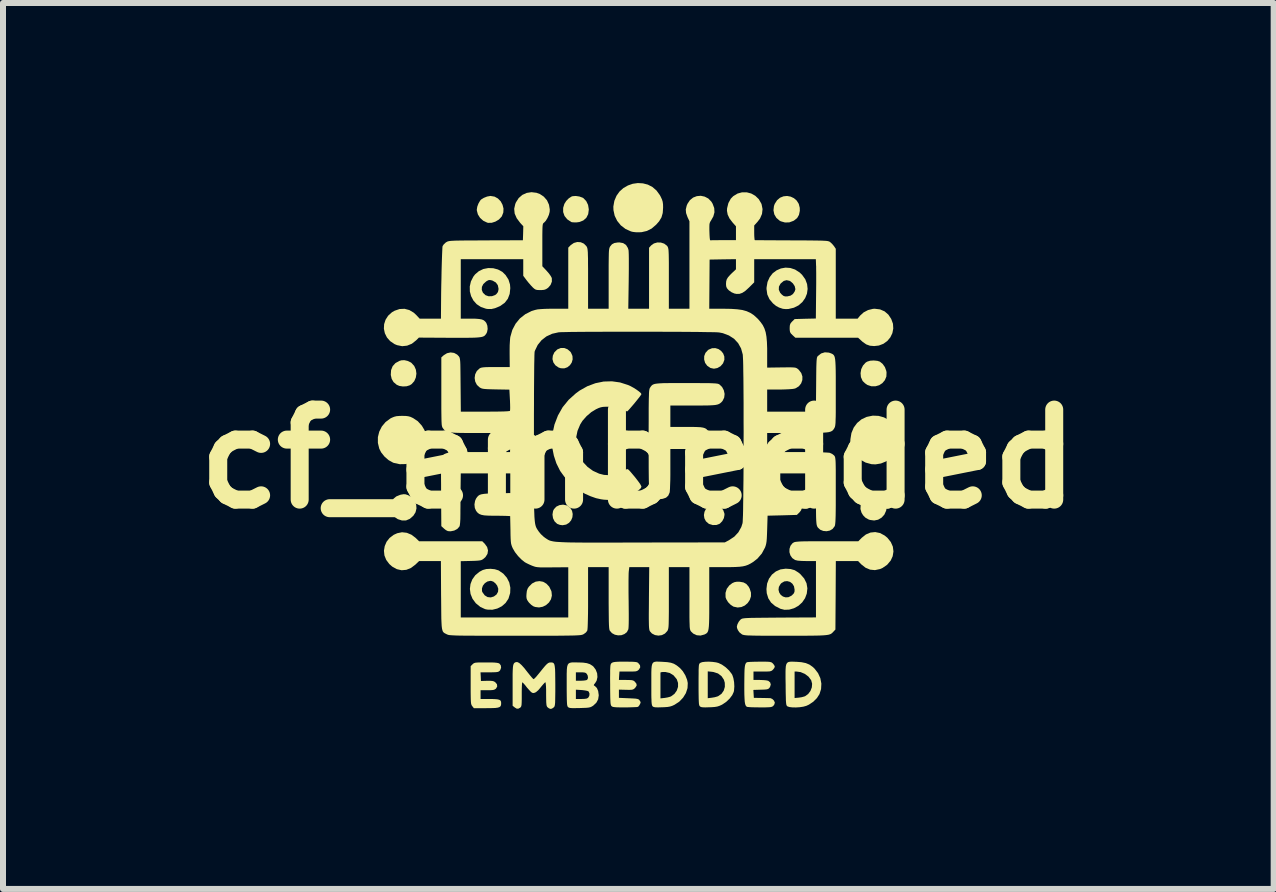
<source format=kicad_pcb>
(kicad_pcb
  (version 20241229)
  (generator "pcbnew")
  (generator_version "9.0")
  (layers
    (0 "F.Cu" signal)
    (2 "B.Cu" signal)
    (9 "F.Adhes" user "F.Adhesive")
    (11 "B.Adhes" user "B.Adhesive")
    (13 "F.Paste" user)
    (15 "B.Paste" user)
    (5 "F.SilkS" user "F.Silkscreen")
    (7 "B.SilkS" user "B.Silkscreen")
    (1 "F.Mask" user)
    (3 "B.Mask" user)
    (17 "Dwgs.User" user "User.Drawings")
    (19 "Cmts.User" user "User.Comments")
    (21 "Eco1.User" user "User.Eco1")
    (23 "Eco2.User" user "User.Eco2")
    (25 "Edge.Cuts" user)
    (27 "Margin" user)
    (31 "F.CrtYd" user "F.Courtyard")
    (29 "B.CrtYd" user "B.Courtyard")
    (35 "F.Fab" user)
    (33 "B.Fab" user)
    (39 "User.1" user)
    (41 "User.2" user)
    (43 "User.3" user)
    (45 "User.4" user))
  (footprint "cf_embedded"
    (layer "F.Cu")
    (at 7.586 4.596)
    (property "Reference" "cf_embedded" (at 0 0 0) (layer "F.SilkS") (effects (font (size 1.5 1.5) (thickness 0.3))))
    (attr board_only exclude_from_pos_files exclude_from_bom)
    (fp_poly (pts (xy -1.236 -1.848) (xy -1.181 -1.827) (xy -1.135 -1.788) (xy -1.123 -1.772) (xy -1.098 -1.715) (xy -1.095 -1.659) (xy -1.11 -1.606) (xy -1.14 -1.561) (xy -1.182 -1.527) (xy -1.233 -1.509) (xy -1.29 -1.51) (xy -1.328 -1.522) (xy -1.382 -1.559) (xy -1.416 -1.607) (xy -1.431 -1.663) (xy -1.425 -1.72) (xy -1.4 -1.775) (xy -1.353 -1.822) (xy -1.346 -1.826) (xy -1.293 -1.848)) (stroke (width 0) (type solid)) (fill yes) (layer "F.SilkS"))
    (fp_poly (pts (xy 1.324 0.774) (xy 1.376 0.806) (xy 1.414 0.853) (xy 1.434 0.911) (xy 1.435 0.933) (xy 1.425 0.986) (xy 1.398 1.037) (xy 1.36 1.076) (xy 1.354 1.081) (xy 1.299 1.101) (xy 1.238 1.102) (xy 1.181 1.085) (xy 1.172 1.08) (xy 1.126 1.04) (xy 1.1 0.99) (xy 1.092 0.935) (xy 1.102 0.881) (xy 1.127 0.832) (xy 1.166 0.793) (xy 1.218 0.768) (xy 1.264 0.762)) (stroke (width 0) (type solid)) (fill yes) (layer "F.SilkS"))
    (fp_poly (pts (xy 1.335 -1.83) (xy 1.379 -1.799) (xy 1.413 -1.757) (xy 1.432 -1.706) (xy 1.433 -1.651) (xy 1.412 -1.595) (xy 1.41 -1.591) (xy 1.369 -1.544) (xy 1.316 -1.514) (xy 1.259 -1.503) (xy 1.202 -1.515) (xy 1.2 -1.516) (xy 1.147 -1.552) (xy 1.112 -1.6) (xy 1.096 -1.656) (xy 1.097 -1.713) (xy 1.118 -1.767) (xy 1.159 -1.812) (xy 1.171 -1.821) (xy 1.227 -1.844) (xy 1.283 -1.846)) (stroke (width 0) (type solid)) (fill yes) (layer "F.SilkS"))
    (fp_poly (pts (xy -1.195 0.774) (xy -1.182 0.78) (xy -1.134 0.817) (xy -1.105 0.865) (xy -1.094 0.918) (xy -1.099 0.972) (xy -1.12 1.023) (xy -1.155 1.065) (xy -1.203 1.094) (xy -1.263 1.105) (xy -1.264 1.105) (xy -1.308 1.099) (xy -1.35 1.083) (xy -1.354 1.081) (xy -1.396 1.041) (xy -1.422 0.988) (xy -1.431 0.927) (xy -1.421 0.867) (xy -1.406 0.837) (xy -1.367 0.795) (xy -1.314 0.77) (xy -1.254 0.762)) (stroke (width 0) (type solid)) (fill yes) (layer "F.SilkS"))
    (fp_poly (pts (xy -3.878 0.59) (xy -3.84 0.603) (xy -3.833 0.606) (xy -3.771 0.646) (xy -3.727 0.698) (xy -3.702 0.76) (xy -3.697 0.825) (xy -3.713 0.89) (xy -3.749 0.947) (xy -3.807 0.998) (xy -3.87 1.025) (xy -3.938 1.026) (xy -4.008 1.004) (xy -4.064 0.966) (xy -4.103 0.912) (xy -4.124 0.847) (xy -4.124 0.776) (xy -4.109 0.718) (xy -4.079 0.663) (xy -4.033 0.625) (xy -3.969 0.599) (xy -3.953 0.595) (xy -3.911 0.588)) (stroke (width 0) (type solid)) (fill yes) (layer "F.SilkS"))
    (fp_poly (pts (xy 2.537 -4.37) (xy 2.592 -4.344) (xy 2.638 -4.304) (xy 2.672 -4.25) (xy 2.689 -4.184) (xy 2.69 -4.133) (xy 2.676 -4.066) (xy 2.646 -4.014) (xy 2.595 -3.973) (xy 2.583 -3.966) (xy 2.515 -3.941) (xy 2.443 -3.939) (xy 2.373 -3.959) (xy 2.354 -3.969) (xy 2.3 -4.015) (xy 2.265 -4.074) (xy 2.251 -4.142) (xy 2.259 -4.213) (xy 2.272 -4.249) (xy 2.311 -4.31) (xy 2.361 -4.352) (xy 2.418 -4.375) (xy 2.478 -4.381)) (stroke (width 0) (type solid)) (fill yes) (layer "F.SilkS"))
    (fp_poly (pts (xy -3.842 -1.632) (xy -3.791 -1.607) (xy -3.78 -1.599) (xy -3.734 -1.548) (xy -3.707 -1.487) (xy -3.698 -1.421) (xy -3.708 -1.355) (xy -3.734 -1.295) (xy -3.778 -1.246) (xy -3.81 -1.226) (xy -3.862 -1.21) (xy -3.923 -1.207) (xy -3.982 -1.216) (xy -4.026 -1.235) (xy -4.079 -1.28) (xy -4.11 -1.333) (xy -4.125 -1.399) (xy -4.125 -1.402) (xy -4.12 -1.48) (xy -4.094 -1.545) (xy -4.047 -1.597) (xy -3.981 -1.633) (xy -3.946 -1.643) (xy -3.898 -1.645)) (stroke (width 0) (type solid)) (fill yes) (layer "F.SilkS"))
    (fp_poly (pts (xy 1.69 2.047) (xy 1.752 2.058) (xy 1.798 2.083) (xy 1.836 2.127) (xy 1.855 2.162) (xy 1.876 2.227) (xy 1.876 2.291) (xy 1.856 2.35) (xy 1.821 2.402) (xy 1.773 2.443) (xy 1.717 2.468) (xy 1.654 2.476) (xy 1.588 2.462) (xy 1.581 2.459) (xy 1.537 2.43) (xy 1.495 2.387) (xy 1.465 2.338) (xy 1.453 2.305) (xy 1.452 2.232) (xy 1.473 2.164) (xy 1.516 2.107) (xy 1.566 2.069) (xy 1.603 2.053) (xy 1.642 2.046)) (stroke (width 0) (type solid)) (fill yes) (layer "F.SilkS"))
    (fp_poly (pts (xy 3.982 -1.634) (xy 4.023 -1.621) (xy 4.07 -1.583) (xy 4.108 -1.529) (xy 4.131 -1.465) (xy 4.135 -1.44) (xy 4.132 -1.372) (xy 4.107 -1.312) (xy 4.066 -1.263) (xy 4.013 -1.228) (xy 3.95 -1.21) (xy 3.883 -1.21) (xy 3.816 -1.232) (xy 3.776 -1.26) (xy 3.739 -1.296) (xy 3.734 -1.304) (xy 3.708 -1.363) (xy 3.702 -1.429) (xy 3.713 -1.495) (xy 3.742 -1.555) (xy 3.785 -1.603) (xy 3.811 -1.62) (xy 3.861 -1.636) (xy 3.922 -1.64)) (stroke (width 0) (type solid)) (fill yes) (layer "F.SilkS"))
    (fp_poly (pts (xy 4.006 0.607) (xy 4.009 0.609) (xy 4.066 0.648) (xy 4.108 0.703) (xy 4.131 0.768) (xy 4.133 0.837) (xy 4.128 0.863) (xy 4.098 0.929) (xy 4.052 0.979) (xy 3.994 1.013) (xy 3.929 1.026) (xy 3.86 1.017) (xy 3.836 1.009) (xy 3.783 0.979) (xy 3.745 0.94) (xy 3.718 0.896) (xy 3.7 0.834) (xy 3.704 0.769) (xy 3.727 0.707) (xy 3.767 0.653) (xy 3.823 0.612) (xy 3.826 0.611) (xy 3.887 0.589) (xy 3.944 0.588)) (stroke (width 0) (type solid)) (fill yes) (layer "F.SilkS"))
    (fp_poly (pts (xy -0.983 -4.372) (xy -0.93 -4.353) (xy -0.915 -4.344) (xy -0.869 -4.296) (xy -0.838 -4.232) (xy -0.826 -4.159) (xy -0.826 -4.153) (xy -0.836 -4.078) (xy -0.867 -4.017) (xy -0.917 -3.973) (xy -0.983 -3.947) (xy -1.027 -3.941) (xy -1.07 -3.941) (xy -1.104 -3.943) (xy -1.118 -3.947) (xy -1.184 -3.991) (xy -1.23 -4.047) (xy -1.253 -4.113) (xy -1.253 -4.183) (xy -1.233 -4.249) (xy -1.202 -4.298) (xy -1.16 -4.341) (xy -1.114 -4.371) (xy -1.097 -4.377) (xy -1.043 -4.381)) (stroke (width 0) (type solid)) (fill yes) (layer "F.SilkS"))
    (fp_poly (pts (xy -2.396 -4.37) (xy -2.34 -4.339) (xy -2.294 -4.292) (xy -2.263 -4.234) (xy -2.247 -4.171) (xy -2.25 -4.106) (xy -2.274 -4.044) (xy -2.28 -4.035) (xy -2.324 -3.988) (xy -2.381 -3.954) (xy -2.443 -3.934) (xy -2.503 -3.933) (xy -2.519 -3.937) (xy -2.584 -3.968) (xy -2.637 -4.015) (xy -2.674 -4.074) (xy -2.691 -4.138) (xy -2.692 -4.154) (xy -2.684 -4.203) (xy -2.664 -4.256) (xy -2.637 -4.302) (xy -2.621 -4.321) (xy -2.576 -4.349) (xy -2.521 -4.371) (xy -2.467 -4.381) (xy -2.462 -4.381)) (stroke (width 0) (type solid)) (fill yes) (layer "F.SilkS"))
    (fp_poly (pts (xy -1.587 2.047) (xy -1.532 2.079) (xy -1.485 2.129) (xy -1.452 2.197) (xy -1.447 2.213) (xy -1.441 2.278) (xy -1.456 2.339) (xy -1.489 2.392) (xy -1.536 2.434) (xy -1.592 2.463) (xy -1.655 2.475) (xy -1.719 2.467) (xy -1.751 2.455) (xy -1.785 2.431) (xy -1.82 2.397) (xy -1.832 2.382) (xy -1.853 2.35) (xy -1.863 2.322) (xy -1.866 2.287) (xy -1.864 2.253) (xy -1.858 2.199) (xy -1.844 2.159) (xy -1.824 2.129) (xy -1.771 2.076) (xy -1.711 2.045) (xy -1.648 2.036)) (stroke (width 0) (type solid)) (fill yes) (layer "F.SilkS"))
    (fp_poly (pts (xy 4.002 -0.717) (xy 4.092 -0.692) (xy 4.172 -0.648) (xy 4.24 -0.588) (xy 4.292 -0.515) (xy 4.328 -0.432) (xy 4.345 -0.342) (xy 4.342 -0.248) (xy 4.315 -0.152) (xy 4.314 -0.149) (xy 4.269 -0.074) (xy 4.206 -0.009) (xy 4.128 0.041) (xy 4.042 0.076) (xy 3.952 0.091) (xy 3.885 0.088) (xy 3.786 0.061) (xy 3.698 0.012) (xy 3.625 -0.057) (xy 3.567 -0.145) (xy 3.56 -0.161) (xy 3.543 -0.202) (xy 3.534 -0.238) (xy 3.531 -0.28) (xy 3.533 -0.329) (xy 3.55 -0.431) (xy 3.588 -0.522) (xy 3.645 -0.599) (xy 3.717 -0.659) (xy 3.804 -0.7) (xy 3.901 -0.72) (xy 3.904 -0.721)) (stroke (width 0) (type solid)) (fill yes) (layer "F.SilkS"))
    (fp_poly (pts (xy 0.076 -4.591) (xy 0.158 -4.57) (xy 0.235 -4.53) (xy 0.302 -4.472) (xy 0.358 -4.395) (xy 0.37 -4.373) (xy 0.393 -4.324) (xy 0.405 -4.285) (xy 0.411 -4.242) (xy 0.412 -4.185) (xy 0.406 -4.097) (xy 0.385 -4.024) (xy 0.346 -3.959) (xy 0.296 -3.902) (xy 0.221 -3.838) (xy 0.142 -3.798) (xy 0.055 -3.778) (xy 0.019 -3.776) (xy -0.037 -3.776) (xy -0.09 -3.782) (xy -0.123 -3.79) (xy -0.214 -3.831) (xy -0.292 -3.891) (xy -0.353 -3.966) (xy -0.395 -4.052) (xy -0.415 -4.145) (xy -0.417 -4.204) (xy -0.4 -4.3) (xy -0.364 -4.385) (xy -0.313 -4.456) (xy -0.249 -4.513) (xy -0.174 -4.556) (xy -0.094 -4.584) (xy -0.009 -4.596)) (stroke (width 0) (type solid)) (fill yes) (layer "F.SilkS"))
    (fp_poly (pts (xy -3.879 -0.716) (xy -3.836 -0.711) (xy -3.798 -0.701) (xy -3.757 -0.682) (xy -3.756 -0.682) (xy -3.675 -0.628) (xy -3.608 -0.554) (xy -3.566 -0.484) (xy -3.551 -0.448) (xy -3.542 -0.411) (xy -3.538 -0.363) (xy -3.537 -0.311) (xy -3.538 -0.252) (xy -3.542 -0.21) (xy -3.551 -0.176) (xy -3.566 -0.143) (xy -3.571 -0.133) (xy -3.629 -0.05) (xy -3.701 0.015) (xy -3.786 0.061) (xy -3.878 0.086) (xy -3.975 0.088) (xy -4.073 0.067) (xy -4.087 0.062) (xy -4.161 0.021) (xy -4.229 -0.038) (xy -4.285 -0.108) (xy -4.317 -0.171) (xy -4.34 -0.267) (xy -4.34 -0.363) (xy -4.317 -0.455) (xy -4.274 -0.54) (xy -4.212 -0.614) (xy -4.133 -0.673) (xy -4.108 -0.686) (xy -4.069 -0.702) (xy -4.03 -0.712) (xy -3.981 -0.716) (xy -3.937 -0.717)) (stroke (width 0) (type solid)) (fill yes) (layer "F.SilkS"))
    (fp_poly (pts (xy 2.537 1.835) (xy 2.604 1.854) (xy 2.665 1.892) (xy 2.7 1.921) (xy 2.763 1.993) (xy 2.802 2.072) (xy 2.816 2.156) (xy 2.806 2.244) (xy 2.777 2.321) (xy 2.729 2.391) (xy 2.666 2.448) (xy 2.593 2.488) (xy 2.514 2.511) (xy 2.435 2.514) (xy 2.369 2.498) (xy 2.279 2.452) (xy 2.211 2.394) (xy 2.165 2.323) (xy 2.139 2.238) (xy 2.135 2.181) (xy 2.335 2.181) (xy 2.347 2.227) (xy 2.372 2.265) (xy 2.409 2.293) (xy 2.453 2.307) (xy 2.501 2.304) (xy 2.549 2.28) (xy 2.559 2.272) (xy 2.588 2.243) (xy 2.601 2.215) (xy 2.603 2.18) (xy 2.593 2.123) (xy 2.566 2.079) (xy 2.527 2.049) (xy 2.48 2.036) (xy 2.432 2.041) (xy 2.386 2.067) (xy 2.369 2.084) (xy 2.341 2.133) (xy 2.335 2.181) (xy 2.135 2.181) (xy 2.134 2.168) (xy 2.145 2.077) (xy 2.176 1.996) (xy 2.226 1.927) (xy 2.291 1.875) (xy 2.368 1.841) (xy 2.455 1.829) (xy 2.456 1.829)) (stroke (width 0) (type solid)) (fill yes) (layer "F.SilkS"))
    (fp_poly (pts (xy -2.393 1.838) (xy -2.334 1.856) (xy -2.327 1.859) (xy -2.25 1.912) (xy -2.191 1.98) (xy -2.151 2.059) (xy -2.133 2.146) (xy -2.136 2.235) (xy -2.163 2.324) (xy -2.166 2.331) (xy -2.212 2.4) (xy -2.275 2.455) (xy -2.35 2.493) (xy -2.432 2.513) (xy -2.515 2.511) (xy -2.553 2.503) (xy -2.632 2.467) (xy -2.703 2.409) (xy -2.708 2.405) (xy -2.763 2.331) (xy -2.796 2.25) (xy -2.807 2.167) (xy -2.806 2.157) (xy -2.606 2.157) (xy -2.605 2.204) (xy -2.598 2.221) (xy -2.56 2.273) (xy -2.513 2.302) (xy -2.459 2.308) (xy -2.407 2.292) (xy -2.363 2.259) (xy -2.338 2.214) (xy -2.334 2.164) (xy -2.352 2.112) (xy -2.38 2.075) (xy -2.416 2.045) (xy -2.451 2.033) (xy -2.468 2.032) (xy -2.516 2.043) (xy -2.558 2.071) (xy -2.59 2.111) (xy -2.606 2.157) (xy -2.806 2.157) (xy -2.797 2.085) (xy -2.767 2.008) (xy -2.717 1.938) (xy -2.648 1.881) (xy -2.592 1.851) (xy -2.534 1.835) (xy -2.464 1.831)) (stroke (width 0) (type solid)) (fill yes) (layer "F.SilkS"))
    (fp_poly (pts (xy -2.418 -3.177) (xy -2.339 -3.156) (xy -2.267 -3.117) (xy -2.213 -3.064) (xy -2.164 -2.988) (xy -2.139 -2.907) (xy -2.134 -2.845) (xy -2.144 -2.749) (xy -2.175 -2.668) (xy -2.226 -2.602) (xy -2.298 -2.55) (xy -2.316 -2.541) (xy -2.388 -2.511) (xy -2.449 -2.497) (xy -2.509 -2.498) (xy -2.538 -2.502) (xy -2.623 -2.531) (xy -2.694 -2.578) (xy -2.749 -2.64) (xy -2.787 -2.712) (xy -2.808 -2.791) (xy -2.808 -2.816) (xy -2.609 -2.816) (xy -2.59 -2.769) (xy -2.549 -2.73) (xy -2.547 -2.728) (xy -2.496 -2.71) (xy -2.439 -2.711) (xy -2.387 -2.73) (xy -2.364 -2.748) (xy -2.34 -2.78) (xy -2.331 -2.817) (xy -2.33 -2.838) (xy -2.342 -2.895) (xy -2.374 -2.939) (xy -2.428 -2.97) (xy -2.44 -2.974) (xy -2.473 -2.981) (xy -2.498 -2.978) (xy -2.528 -2.962) (xy -2.538 -2.955) (xy -2.583 -2.914) (xy -2.607 -2.866) (xy -2.609 -2.816) (xy -2.808 -2.816) (xy -2.809 -2.874) (xy -2.79 -2.957) (xy -2.75 -3.036) (xy -2.721 -3.074) (xy -2.658 -3.128) (xy -2.583 -3.164) (xy -2.501 -3.18)) (stroke (width 0) (type solid)) (fill yes) (layer "F.SilkS"))
    (fp_poly (pts (xy 2.532 -3.181) (xy 2.611 -3.155) (xy 2.686 -3.107) (xy 2.728 -3.067) (xy 2.781 -2.993) (xy 2.811 -2.913) (xy 2.82 -2.832) (xy 2.809 -2.753) (xy 2.779 -2.679) (xy 2.732 -2.613) (xy 2.669 -2.558) (xy 2.591 -2.519) (xy 2.502 -2.498) (xy 2.457 -2.496) (xy 2.416 -2.5) (xy 2.407 -2.501) (xy 2.344 -2.522) (xy 2.294 -2.549) (xy 2.243 -2.591) (xy 2.184 -2.661) (xy 2.148 -2.74) (xy 2.137 -2.819) (xy 2.34 -2.819) (xy 2.362 -2.769) (xy 2.389 -2.739) (xy 2.418 -2.716) (xy 2.446 -2.707) (xy 2.484 -2.708) (xy 2.487 -2.709) (xy 2.535 -2.72) (xy 2.57 -2.743) (xy 2.581 -2.755) (xy 2.605 -2.791) (xy 2.616 -2.826) (xy 2.616 -2.829) (xy 2.605 -2.878) (xy 2.575 -2.924) (xy 2.534 -2.959) (xy 2.519 -2.967) (xy 2.469 -2.978) (xy 2.422 -2.965) (xy 2.376 -2.927) (xy 2.367 -2.917) (xy 2.342 -2.87) (xy 2.34 -2.819) (xy 2.137 -2.819) (xy 2.135 -2.828) (xy 2.136 -2.857) (xy 2.152 -2.949) (xy 2.188 -3.028) (xy 2.238 -3.093) (xy 2.302 -3.141) (xy 2.374 -3.173) (xy 2.452 -3.187)) (stroke (width 0) (type solid)) (fill yes) (layer "F.SilkS"))
    (fp_poly (pts (xy 2.612 3.38) (xy 2.627 3.38) (xy 2.717 3.387) (xy 2.79 3.402) (xy 2.85 3.427) (xy 2.904 3.465) (xy 2.937 3.496) (xy 2.994 3.57) (xy 3.032 3.654) (xy 3.049 3.744) (xy 3.044 3.835) (xy 3.018 3.918) (xy 2.975 3.985) (xy 2.914 4.046) (xy 2.842 4.094) (xy 2.799 4.114) (xy 2.749 4.128) (xy 2.689 4.137) (xy 2.626 4.141) (xy 2.566 4.14) (xy 2.516 4.134) (xy 2.484 4.123) (xy 2.482 4.122) (xy 2.475 4.115) (xy 2.469 4.105) (xy 2.464 4.088) (xy 2.461 4.062) (xy 2.458 4.024) (xy 2.457 3.97) (xy 2.455 3.897) (xy 2.454 3.803) (xy 2.454 3.772) (xy 2.452 3.661) (xy 2.452 3.573) (xy 2.452 3.543) (xy 2.603 3.543) (xy 2.603 3.764) (xy 2.603 3.984) (xy 2.67 3.978) (xy 2.718 3.971) (xy 2.763 3.959) (xy 2.779 3.953) (xy 2.829 3.917) (xy 2.867 3.866) (xy 2.89 3.807) (xy 2.895 3.746) (xy 2.88 3.689) (xy 2.879 3.687) (xy 2.835 3.628) (xy 2.774 3.582) (xy 2.703 3.552) (xy 2.638 3.543) (xy 2.603 3.543) (xy 2.452 3.543) (xy 2.453 3.505) (xy 2.457 3.454) (xy 2.466 3.419) (xy 2.48 3.397) (xy 2.501 3.384) (xy 2.529 3.379) (xy 2.565 3.378)) (stroke (width 0) (type solid)) (fill yes) (layer "F.SilkS"))
    (fp_poly (pts (xy 1.237 3.382) (xy 1.296 3.39) (xy 1.334 3.4) (xy 1.393 3.428) (xy 1.455 3.472) (xy 1.512 3.526) (xy 1.555 3.582) (xy 1.565 3.599) (xy 1.583 3.652) (xy 1.595 3.72) (xy 1.599 3.791) (xy 1.594 3.857) (xy 1.589 3.882) (xy 1.564 3.936) (xy 1.521 3.993) (xy 1.466 4.046) (xy 1.405 4.088) (xy 1.387 4.098) (xy 1.349 4.115) (xy 1.314 4.126) (xy 1.272 4.133) (xy 1.218 4.137) (xy 1.18 4.138) (xy 1.118 4.14) (xy 1.076 4.139) (xy 1.049 4.135) (xy 1.032 4.128) (xy 1.025 4.122) (xy 1.018 4.113) (xy 1.013 4.099) (xy 1.009 4.077) (xy 1.007 4.044) (xy 1.005 3.997) (xy 1.004 3.933) (xy 1.003 3.849) (xy 1.003 3.759) (xy 1.003 3.657) (xy 1.004 3.578) (xy 1.004 3.54) (xy 1.156 3.54) (xy 1.156 3.763) (xy 1.156 3.987) (xy 1.222 3.979) (xy 1.271 3.971) (xy 1.317 3.958) (xy 1.333 3.951) (xy 1.385 3.914) (xy 1.422 3.861) (xy 1.441 3.798) (xy 1.44 3.73) (xy 1.425 3.679) (xy 1.385 3.619) (xy 1.327 3.575) (xy 1.253 3.551) (xy 1.227 3.547) (xy 1.156 3.54) (xy 1.004 3.54) (xy 1.004 3.518) (xy 1.006 3.474) (xy 1.008 3.444) (xy 1.012 3.424) (xy 1.017 3.412) (xy 1.024 3.404) (xy 1.032 3.398) (xy 1.063 3.386) (xy 1.113 3.38) (xy 1.173 3.378)) (stroke (width 0) (type solid)) (fill yes) (layer "F.SilkS"))
    (fp_poly (pts (xy 0.338 3.378) (xy 0.388 3.38) (xy 0.403 3.381) (xy 0.481 3.386) (xy 0.542 3.396) (xy 0.592 3.413) (xy 0.639 3.441) (xy 0.69 3.482) (xy 0.693 3.484) (xy 0.741 3.538) (xy 0.783 3.607) (xy 0.812 3.68) (xy 0.823 3.734) (xy 0.819 3.818) (xy 0.792 3.902) (xy 0.745 3.978) (xy 0.681 4.045) (xy 0.603 4.096) (xy 0.599 4.098) (xy 0.562 4.115) (xy 0.526 4.126) (xy 0.485 4.133) (xy 0.43 4.137) (xy 0.393 4.138) (xy 0.33 4.14) (xy 0.288 4.139) (xy 0.261 4.135) (xy 0.244 4.128) (xy 0.237 4.122) (xy 0.231 4.113) (xy 0.226 4.099) (xy 0.222 4.077) (xy 0.219 4.044) (xy 0.218 3.996) (xy 0.217 3.99) (xy 0.368 3.99) (xy 0.441 3.982) (xy 0.487 3.974) (xy 0.528 3.963) (xy 0.545 3.956) (xy 0.601 3.915) (xy 0.64 3.86) (xy 0.661 3.798) (xy 0.661 3.733) (xy 0.64 3.671) (xy 0.636 3.666) (xy 0.586 3.606) (xy 0.523 3.567) (xy 0.45 3.55) (xy 0.437 3.55) (xy 0.399 3.551) (xy 0.374 3.555) (xy 0.369 3.559) (xy 0.368 3.574) (xy 0.368 3.611) (xy 0.368 3.664) (xy 0.368 3.728) (xy 0.368 3.779) (xy 0.368 3.99) (xy 0.217 3.99) (xy 0.216 3.932) (xy 0.216 3.848) (xy 0.216 3.76) (xy 0.216 3.651) (xy 0.216 3.564) (xy 0.218 3.498) (xy 0.223 3.449) (xy 0.232 3.415) (xy 0.247 3.393) (xy 0.269 3.382) (xy 0.299 3.377)) (stroke (width 0) (type solid)) (fill yes) (layer "F.SilkS"))
    (fp_poly (pts (xy -2.458 3.391) (xy -2.4 3.393) (xy -2.36 3.397) (xy -2.333 3.402) (xy -2.316 3.41) (xy -2.314 3.411) (xy -2.292 3.44) (xy -2.287 3.479) (xy -2.301 3.517) (xy -2.311 3.531) (xy -2.325 3.542) (xy -2.343 3.549) (xy -2.371 3.553) (xy -2.414 3.555) (xy -2.476 3.556) (xy -2.483 3.556) (xy -2.63 3.556) (xy -2.626 3.628) (xy -2.623 3.7) (xy -2.52 3.697) (xy -2.466 3.697) (xy -2.431 3.7) (xy -2.406 3.707) (xy -2.384 3.721) (xy -2.384 3.721) (xy -2.356 3.755) (xy -2.352 3.792) (xy -2.372 3.827) (xy -2.376 3.83) (xy -2.394 3.842) (xy -2.419 3.85) (xy -2.456 3.853) (xy -2.513 3.854) (xy -2.516 3.854) (xy -2.629 3.854) (xy -2.629 3.927) (xy -2.629 4) (xy -2.482 4) (xy -2.407 4.001) (xy -2.353 4.005) (xy -2.318 4.013) (xy -2.297 4.026) (xy -2.288 4.046) (xy -2.286 4.069) (xy -2.288 4.098) (xy -2.295 4.119) (xy -2.312 4.134) (xy -2.341 4.144) (xy -2.385 4.15) (xy -2.449 4.152) (xy -2.534 4.153) (xy -2.537 4.153) (xy -2.741 4.153) (xy -2.768 4.119) (xy -2.776 4.108) (xy -2.782 4.094) (xy -2.787 4.076) (xy -2.79 4.048) (xy -2.792 4.01) (xy -2.793 3.956) (xy -2.794 3.883) (xy -2.794 3.79) (xy -2.794 3.77) (xy -2.794 3.453) (xy -2.763 3.422) (xy -2.75 3.41) (xy -2.736 3.402) (xy -2.717 3.396) (xy -2.688 3.393) (xy -2.645 3.391) (xy -2.584 3.391) (xy -2.537 3.391)) (stroke (width 0) (type solid)) (fill yes) (layer "F.SilkS"))
    (fp_poly (pts (xy 2.091 3.378) (xy 2.144 3.379) (xy 2.181 3.381) (xy 2.205 3.386) (xy 2.222 3.392) (xy 2.234 3.402) (xy 2.242 3.409) (xy 2.263 3.436) (xy 2.273 3.459) (xy 2.273 3.461) (xy 2.265 3.483) (xy 2.244 3.51) (xy 2.242 3.512) (xy 2.227 3.526) (xy 2.211 3.534) (xy 2.188 3.54) (xy 2.153 3.542) (xy 2.1 3.543) (xy 2.064 3.543) (xy 1.918 3.543) (xy 1.918 3.613) (xy 1.918 3.683) (xy 2.025 3.683) (xy 2.079 3.685) (xy 2.127 3.689) (xy 2.16 3.696) (xy 2.165 3.698) (xy 2.196 3.724) (xy 2.206 3.759) (xy 2.194 3.799) (xy 2.188 3.808) (xy 2.175 3.824) (xy 2.159 3.834) (xy 2.136 3.84) (xy 2.1 3.843) (xy 2.044 3.845) (xy 2.04 3.845) (xy 1.916 3.849) (xy 1.92 3.915) (xy 1.924 3.981) (xy 2.051 3.983) (xy 2.107 3.984) (xy 2.156 3.985) (xy 2.19 3.986) (xy 2.2 3.986) (xy 2.23 3.999) (xy 2.258 4.025) (xy 2.273 4.057) (xy 2.273 4.064) (xy 2.265 4.092) (xy 2.248 4.115) (xy 2.236 4.124) (xy 2.221 4.131) (xy 2.198 4.136) (xy 2.164 4.138) (xy 2.113 4.14) (xy 2.042 4.14) (xy 2.022 4.14) (xy 1.953 4.139) (xy 1.892 4.138) (xy 1.845 4.135) (xy 1.815 4.132) (xy 1.808 4.13) (xy 1.795 4.119) (xy 1.785 4.103) (xy 1.778 4.079) (xy 1.772 4.043) (xy 1.769 3.994) (xy 1.766 3.928) (xy 1.765 3.841) (xy 1.765 3.759) (xy 1.766 3.655) (xy 1.767 3.574) (xy 1.769 3.512) (xy 1.773 3.466) (xy 1.779 3.433) (xy 1.787 3.411) (xy 1.798 3.396) (xy 1.808 3.388) (xy 1.825 3.385) (xy 1.863 3.382) (xy 1.917 3.38) (xy 1.981 3.379) (xy 2.017 3.378)) (stroke (width 0) (type solid)) (fill yes) (layer "F.SilkS"))
    (fp_poly (pts (xy -0.146 3.379) (xy -0.091 3.38) (xy -0.053 3.383) (xy -0.027 3.387) (xy -0.011 3.394) (xy -0.003 3.4) (xy 0.027 3.437) (xy 0.031 3.473) (xy 0.01 3.509) (xy 0.008 3.511) (xy -0.008 3.525) (xy -0.024 3.534) (xy -0.047 3.54) (xy -0.081 3.542) (xy -0.133 3.543) (xy -0.17 3.543) (xy -0.315 3.543) (xy -0.32 3.613) (xy -0.324 3.683) (xy -0.206 3.683) (xy -0.149 3.684) (xy -0.112 3.686) (xy -0.087 3.692) (xy -0.07 3.702) (xy -0.057 3.714) (xy -0.031 3.748) (xy -0.029 3.778) (xy -0.051 3.811) (xy -0.057 3.818) (xy -0.074 3.833) (xy -0.092 3.842) (xy -0.117 3.847) (xy -0.156 3.848) (xy -0.207 3.847) (xy -0.324 3.844) (xy -0.324 3.913) (xy -0.324 3.981) (xy -0.162 3.988) (xy -0.094 3.991) (xy -0.047 3.994) (xy -0.017 3.999) (xy 0.003 4.006) (xy 0.015 4.015) (xy 0.018 4.02) (xy 0.033 4.043) (xy 0.038 4.055) (xy 0.031 4.078) (xy 0.016 4.106) (xy -0.002 4.128) (xy -0.005 4.13) (xy -0.022 4.134) (xy -0.06 4.136) (xy -0.113 4.138) (xy -0.179 4.14) (xy -0.223 4.14) (xy -0.301 4.14) (xy -0.357 4.139) (xy -0.396 4.136) (xy -0.422 4.132) (xy -0.438 4.126) (xy -0.448 4.118) (xy -0.449 4.117) (xy -0.455 4.108) (xy -0.46 4.092) (xy -0.464 4.068) (xy -0.466 4.032) (xy -0.468 3.981) (xy -0.469 3.913) (xy -0.47 3.824) (xy -0.47 3.759) (xy -0.471 3.658) (xy -0.47 3.579) (xy -0.47 3.52) (xy -0.468 3.476) (xy -0.466 3.447) (xy -0.462 3.427) (xy -0.457 3.414) (xy -0.45 3.406) (xy -0.444 3.4) (xy -0.43 3.392) (xy -0.41 3.386) (xy -0.38 3.382) (xy -0.336 3.379) (xy -0.273 3.378) (xy -0.222 3.378)) (stroke (width 0) (type solid)) (fill yes) (layer "F.SilkS"))
    (fp_poly (pts (xy -1.018 3.391) (xy -1.006 3.391) (xy -0.922 3.394) (xy -0.858 3.403) (xy -0.807 3.42) (xy -0.766 3.446) (xy -0.751 3.458) (xy -0.711 3.511) (xy -0.687 3.572) (xy -0.682 3.635) (xy -0.695 3.694) (xy -0.718 3.732) (xy -0.738 3.757) (xy -0.743 3.771) (xy -0.732 3.78) (xy -0.725 3.784) (xy -0.692 3.816) (xy -0.67 3.866) (xy -0.661 3.93) (xy -0.66 3.939) (xy -0.67 4.006) (xy -0.7 4.062) (xy -0.752 4.111) (xy -0.76 4.116) (xy -0.78 4.128) (xy -0.801 4.137) (xy -0.829 4.143) (xy -0.867 4.147) (xy -0.923 4.149) (xy -0.978 4.151) (xy -1.05 4.152) (xy -1.1 4.152) (xy -1.134 4.15) (xy -1.155 4.145) (xy -1.169 4.137) (xy -1.173 4.134) (xy -1.179 4.125) (xy -1.184 4.111) (xy -1.188 4.089) (xy -1.19 4.055) (xy -1.192 4.008) (xy -1.193 3.943) (xy -1.194 3.858) (xy -1.194 3.845) (xy -1.041 3.845) (xy -1.041 3.923) (xy -1.041 4) (xy -0.95 4) (xy -0.894 3.998) (xy -0.858 3.992) (xy -0.836 3.979) (xy -0.818 3.949) (xy -0.814 3.912) (xy -0.826 3.88) (xy -0.832 3.873) (xy -0.854 3.864) (xy -0.893 3.857) (xy -0.941 3.851) (xy -0.947 3.851) (xy -1.041 3.845) (xy -1.194 3.845) (xy -1.194 3.772) (xy -1.194 3.663) (xy -1.194 3.577) (xy -1.193 3.556) (xy -1.041 3.556) (xy -1.041 3.626) (xy -1.041 3.696) (xy -0.955 3.696) (xy -0.906 3.693) (xy -0.869 3.687) (xy -0.853 3.68) (xy -0.839 3.65) (xy -0.844 3.611) (xy -0.858 3.584) (xy -0.873 3.568) (xy -0.893 3.56) (xy -0.928 3.556) (xy -0.96 3.556) (xy -1.041 3.556) (xy -1.193 3.556) (xy -1.192 3.512) (xy -1.187 3.464) (xy -1.177 3.43) (xy -1.162 3.409) (xy -1.14 3.397) (xy -1.109 3.391) (xy -1.069 3.39)) (stroke (width 0) (type solid)) (fill yes) (layer "F.SilkS"))
    (fp_poly (pts (xy -0.305 -1.274) (xy -0.174 -1.232) (xy -0.133 -1.214) (xy -0.08 -1.185) (xy -0.031 -1.154) (xy 0.011 -1.123) (xy 0.04 -1.098) (xy 0.051 -1.08) (xy 0.051 -1.079) (xy 0.043 -1.065) (xy 0.023 -1.037) (xy -0.007 -0.999) (xy -0.043 -0.954) (xy -0.081 -0.908) (xy -0.118 -0.865) (xy -0.15 -0.828) (xy -0.174 -0.802) (xy -0.187 -0.791) (xy -0.188 -0.79) (xy -0.252 -0.823) (xy -0.301 -0.846) (xy -0.342 -0.859) (xy -0.385 -0.867) (xy -0.435 -0.87) (xy -0.483 -0.87) (xy -0.545 -0.869) (xy -0.589 -0.867) (xy -0.625 -0.86) (xy -0.659 -0.849) (xy -0.7 -0.83) (xy -0.703 -0.829) (xy -0.785 -0.779) (xy -0.863 -0.712) (xy -0.931 -0.635) (xy -0.968 -0.576) (xy -1.014 -0.467) (xy -1.037 -0.355) (xy -1.037 -0.244) (xy -1.017 -0.137) (xy -0.978 -0.036) (xy -0.92 0.055) (xy -0.846 0.134) (xy -0.756 0.199) (xy -0.653 0.246) (xy -0.574 0.266) (xy -0.494 0.271) (xy -0.406 0.26) (xy -0.317 0.235) (xy -0.236 0.198) (xy -0.2 0.175) (xy -0.186 0.169) (xy -0.17 0.175) (xy -0.148 0.196) (xy -0.131 0.215) (xy -0.061 0.298) (xy -0.008 0.366) (xy 0.029 0.417) (xy 0.048 0.453) (xy 0.051 0.465) (xy 0.039 0.49) (xy 0.007 0.519) (xy -0.041 0.551) (xy -0.102 0.583) (xy -0.17 0.613) (xy -0.242 0.639) (xy -0.314 0.66) (xy -0.377 0.673) (xy -0.449 0.681) (xy -0.511 0.683) (xy -0.576 0.679) (xy -0.624 0.672) (xy -0.706 0.654) (xy -0.797 0.622) (xy -0.891 0.58) (xy -0.977 0.532) (xy -0.993 0.522) (xy -1.074 0.461) (xy -1.156 0.384) (xy -1.232 0.298) (xy -1.295 0.212) (xy -1.308 0.191) (xy -1.366 0.074) (xy -1.408 -0.054) (xy -1.434 -0.185) (xy -1.442 -0.313) (xy -1.434 -0.406) (xy -1.398 -0.572) (xy -1.34 -0.723) (xy -1.262 -0.861) (xy -1.162 -0.984) (xy -1.042 -1.092) (xy -0.978 -1.139) (xy -0.85 -1.211) (xy -0.716 -1.261) (xy -0.579 -1.289) (xy -0.441 -1.293)) (stroke (width 0) (type solid)) (fill yes) (layer "F.SilkS"))
    (fp_poly (pts (xy 4.025 1.235) (xy 4.101 1.275) (xy 4.149 1.314) (xy 4.206 1.385) (xy 4.24 1.462) (xy 4.25 1.542) (xy 4.237 1.622) (xy 4.204 1.694) (xy 4.144 1.765) (xy 4.068 1.817) (xy 4.027 1.835) (xy 3.942 1.853) (xy 3.861 1.845) (xy 3.785 1.813) (xy 3.714 1.757) (xy 3.711 1.754) (xy 3.661 1.702) (xy 3.475 1.702) (xy 3.29 1.702) (xy 3.287 2.272) (xy 3.283 2.843) (xy 3.251 2.877) (xy 3.237 2.892) (xy 3.224 2.904) (xy 3.209 2.915) (xy 3.19 2.923) (xy 3.165 2.93) (xy 3.132 2.935) (xy 3.089 2.939) (xy 3.034 2.942) (xy 2.964 2.944) (xy 2.878 2.945) (xy 2.773 2.946) (xy 2.648 2.946) (xy 2.5 2.946) (xy 2.455 2.946) (xy 2.304 2.946) (xy 2.178 2.946) (xy 2.072 2.946) (xy 1.985 2.945) (xy 1.915 2.944) (xy 1.86 2.942) (xy 1.818 2.941) (xy 1.786 2.938) (xy 1.763 2.935) (xy 1.746 2.931) (xy 1.733 2.927) (xy 1.727 2.924) (xy 1.684 2.89) (xy 1.658 2.852) (xy 1.644 2.818) (xy 1.641 2.791) (xy 1.65 2.758) (xy 1.652 2.752) (xy 1.673 2.712) (xy 1.7 2.679) (xy 1.706 2.675) (xy 1.715 2.668) (xy 1.725 2.663) (xy 1.739 2.659) (xy 1.759 2.656) (xy 1.786 2.653) (xy 1.825 2.651) (xy 1.875 2.649) (xy 1.941 2.648) (xy 2.024 2.647) (xy 2.126 2.646) (xy 2.249 2.645) (xy 2.35 2.644) (xy 2.959 2.641) (xy 2.959 2.171) (xy 2.959 1.702) (xy 2.806 1.702) (xy 2.72 1.7) (xy 2.656 1.695) (xy 2.614 1.685) (xy 2.61 1.684) (xy 2.564 1.652) (xy 2.533 1.607) (xy 2.517 1.554) (xy 2.518 1.499) (xy 2.534 1.448) (xy 2.567 1.406) (xy 2.59 1.391) (xy 2.603 1.386) (xy 2.622 1.382) (xy 2.65 1.379) (xy 2.688 1.376) (xy 2.74 1.374) (xy 2.807 1.373) (xy 2.893 1.372) (xy 2.999 1.372) (xy 3.127 1.372) (xy 3.146 1.372) (xy 3.665 1.372) (xy 3.721 1.315) (xy 3.791 1.259) (xy 3.867 1.227) (xy 3.946 1.219)) (stroke (width 0) (type solid)) (fill yes) (layer "F.SilkS"))
    (fp_poly (pts (xy -2.012 3.386) (xy -1.983 3.402) (xy -1.946 3.435) (xy -1.9 3.486) (xy -1.844 3.558) (xy -1.841 3.561) (xy -1.806 3.605) (xy -1.776 3.641) (xy -1.754 3.664) (xy -1.745 3.67) (xy -1.732 3.66) (xy -1.707 3.635) (xy -1.675 3.597) (xy -1.639 3.553) (xy -1.59 3.492) (xy -1.553 3.448) (xy -1.525 3.419) (xy -1.502 3.401) (xy -1.483 3.393) (xy -1.462 3.391) (xy -1.461 3.391) (xy -1.439 3.392) (xy -1.422 3.396) (xy -1.409 3.407) (xy -1.399 3.427) (xy -1.393 3.458) (xy -1.388 3.503) (xy -1.386 3.565) (xy -1.385 3.647) (xy -1.384 3.751) (xy -1.384 3.776) (xy -1.384 3.878) (xy -1.385 3.957) (xy -1.386 4.018) (xy -1.387 4.061) (xy -1.39 4.092) (xy -1.394 4.113) (xy -1.399 4.127) (xy -1.406 4.136) (xy -1.41 4.14) (xy -1.437 4.159) (xy -1.46 4.166) (xy -1.488 4.157) (xy -1.511 4.14) (xy -1.521 4.129) (xy -1.528 4.113) (xy -1.532 4.09) (xy -1.535 4.055) (xy -1.536 4.004) (xy -1.537 3.932) (xy -1.537 3.918) (xy -1.537 3.846) (xy -1.539 3.788) (xy -1.543 3.746) (xy -1.547 3.723) (xy -1.549 3.721) (xy -1.562 3.73) (xy -1.585 3.755) (xy -1.615 3.79) (xy -1.621 3.798) (xy -1.668 3.854) (xy -1.707 3.887) (xy -1.741 3.901) (xy -1.77 3.897) (xy -1.771 3.896) (xy -1.791 3.881) (xy -1.82 3.85) (xy -1.854 3.812) (xy -1.861 3.803) (xy -1.891 3.765) (xy -1.916 3.737) (xy -1.932 3.723) (xy -1.934 3.722) (xy -1.937 3.733) (xy -1.94 3.766) (xy -1.942 3.816) (xy -1.943 3.879) (xy -1.943 3.924) (xy -1.943 4) (xy -1.944 4.054) (xy -1.946 4.092) (xy -1.95 4.116) (xy -1.956 4.131) (xy -1.964 4.14) (xy -1.971 4.146) (xy -2.002 4.162) (xy -2.027 4.161) (xy -2.059 4.142) (xy -2.062 4.139) (xy -2.095 4.113) (xy -2.095 3.773) (xy -2.095 3.667) (xy -2.095 3.582) (xy -2.093 3.518) (xy -2.09 3.47) (xy -2.085 3.437) (xy -2.077 3.414) (xy -2.067 3.4) (xy -2.054 3.391) (xy -2.037 3.385) (xy -2.036 3.385)) (stroke (width 0) (type solid)) (fill yes) (layer "F.SilkS"))
    (fp_poly (pts (xy 0.8 -1.264) (xy 0.929 -1.264) (xy 1.035 -1.263) (xy 1.12 -1.263) (xy 1.187 -1.262) (xy 1.239 -1.26) (xy 1.278 -1.258) (xy 1.306 -1.255) (xy 1.325 -1.252) (xy 1.339 -1.247) (xy 1.349 -1.241) (xy 1.351 -1.241) (xy 1.395 -1.198) (xy 1.424 -1.143) (xy 1.437 -1.082) (xy 1.43 -1.022) (xy 1.405 -0.97) (xy 1.401 -0.964) (xy 1.383 -0.944) (xy 1.364 -0.928) (xy 1.343 -0.915) (xy 1.315 -0.905) (xy 1.279 -0.898) (xy 1.231 -0.894) (xy 1.168 -0.891) (xy 1.087 -0.89) (xy 0.986 -0.889) (xy 0.908 -0.889) (xy 0.533 -0.889) (xy 0.533 -0.711) (xy 0.533 -0.533) (xy 0.801 -0.533) (xy 0.9 -0.533) (xy 0.977 -0.531) (xy 1.036 -0.528) (xy 1.079 -0.521) (xy 1.111 -0.511) (xy 1.134 -0.497) (xy 1.152 -0.478) (xy 1.169 -0.453) (xy 1.189 -0.4) (xy 1.193 -0.338) (xy 1.183 -0.278) (xy 1.169 -0.245) (xy 1.152 -0.22) (xy 1.134 -0.201) (xy 1.111 -0.187) (xy 1.079 -0.177) (xy 1.035 -0.171) (xy 0.977 -0.167) (xy 0.899 -0.165) (xy 0.801 -0.165) (xy 0.533 -0.165) (xy 0.533 0.175) (xy 0.533 0.268) (xy 0.532 0.354) (xy 0.529 0.431) (xy 0.527 0.493) (xy 0.524 0.538) (xy 0.521 0.56) (xy 0.498 0.612) (xy 0.461 0.646) (xy 0.406 0.665) (xy 0.365 0.67) (xy 0.314 0.67) (xy 0.279 0.664) (xy 0.249 0.65) (xy 0.246 0.648) (xy 0.232 0.638) (xy 0.219 0.629) (xy 0.209 0.618) (xy 0.2 0.603) (xy 0.193 0.583) (xy 0.187 0.556) (xy 0.182 0.52) (xy 0.178 0.473) (xy 0.176 0.413) (xy 0.174 0.339) (xy 0.173 0.248) (xy 0.172 0.139) (xy 0.172 0.01) (xy 0.171 -0.141) (xy 0.171 -0.305) (xy 0.171 -0.473) (xy 0.172 -0.618) (xy 0.172 -0.74) (xy 0.172 -0.843) (xy 0.173 -0.928) (xy 0.174 -0.997) (xy 0.176 -1.051) (xy 0.177 -1.093) (xy 0.179 -1.125) (xy 0.182 -1.148) (xy 0.185 -1.164) (xy 0.189 -1.176) (xy 0.193 -1.184) (xy 0.194 -1.185) (xy 0.206 -1.204) (xy 0.218 -1.219) (xy 0.232 -1.232) (xy 0.251 -1.242) (xy 0.276 -1.25) (xy 0.31 -1.255) (xy 0.356 -1.259) (xy 0.416 -1.262) (xy 0.492 -1.263) (xy 0.588 -1.264) (xy 0.704 -1.264)) (stroke (width 0) (type solid)) (fill yes) (layer "F.SilkS"))
    (fp_poly (pts (xy -1.698 -4.434) (xy -1.642 -4.414) (xy -1.575 -4.369) (xy -1.522 -4.308) (xy -1.489 -4.235) (xy -1.476 -4.156) (xy -1.478 -4.116) (xy -1.491 -4.066) (xy -1.514 -4.014) (xy -1.542 -3.968) (xy -1.571 -3.937) (xy -1.576 -3.934) (xy -1.583 -3.928) (xy -1.588 -3.919) (xy -1.593 -3.904) (xy -1.596 -3.88) (xy -1.598 -3.845) (xy -1.599 -3.794) (xy -1.6 -3.726) (xy -1.6 -3.637) (xy -1.6 -3.564) (xy -1.6 -3.21) (xy -1.525 -3.13) (xy -1.488 -3.087) (xy -1.459 -3.046) (xy -1.443 -3.015) (xy -1.442 -3.011) (xy -1.441 -2.954) (xy -1.463 -2.898) (xy -1.503 -2.852) (xy -1.508 -2.848) (xy -1.539 -2.828) (xy -1.571 -2.817) (xy -1.613 -2.813) (xy -1.633 -2.813) (xy -1.679 -2.814) (xy -1.709 -2.82) (xy -1.734 -2.835) (xy -1.759 -2.857) (xy -1.791 -2.891) (xy -1.83 -2.936) (xy -1.862 -2.976) (xy -1.918 -3.051) (xy -1.918 -3.189) (xy -1.918 -3.327) (xy -2.438 -3.327) (xy -2.959 -3.327) (xy -2.959 -2.832) (xy -2.959 -2.337) (xy -2.793 -2.337) (xy -2.712 -2.336) (xy -2.651 -2.331) (xy -2.607 -2.323) (xy -2.575 -2.309) (xy -2.551 -2.288) (xy -2.533 -2.265) (xy -2.516 -2.219) (xy -2.511 -2.164) (xy -2.521 -2.113) (xy -2.532 -2.09) (xy -2.544 -2.073) (xy -2.556 -2.058) (xy -2.572 -2.046) (xy -2.592 -2.037) (xy -2.621 -2.03) (xy -2.659 -2.025) (xy -2.71 -2.021) (xy -2.775 -2.019) (xy -2.858 -2.018) (xy -2.96 -2.018) (xy -3.085 -2.018) (xy -3.145 -2.018) (xy -3.657 -2.021) (xy -3.702 -1.976) (xy -3.774 -1.919) (xy -3.853 -1.887) (xy -3.935 -1.878) (xy -4.019 -1.895) (xy -4.061 -1.912) (xy -4.135 -1.962) (xy -4.189 -2.023) (xy -4.224 -2.094) (xy -4.24 -2.169) (xy -4.236 -2.245) (xy -4.212 -2.319) (xy -4.169 -2.386) (xy -4.106 -2.443) (xy -4.061 -2.469) (xy -3.979 -2.497) (xy -3.896 -2.501) (xy -3.816 -2.48) (xy -3.742 -2.436) (xy -3.702 -2.399) (xy -3.644 -2.337) (xy -3.467 -2.337) (xy -3.289 -2.337) (xy -3.289 -2.384) (xy -3.288 -2.506) (xy -3.287 -2.632) (xy -3.286 -2.76) (xy -3.284 -2.887) (xy -3.281 -3.01) (xy -3.279 -3.126) (xy -3.276 -3.234) (xy -3.273 -3.33) (xy -3.27 -3.412) (xy -3.267 -3.477) (xy -3.265 -3.522) (xy -3.262 -3.545) (xy -3.262 -3.546) (xy -3.242 -3.575) (xy -3.211 -3.604) (xy -3.202 -3.61) (xy -3.191 -3.616) (xy -3.18 -3.622) (xy -3.166 -3.626) (xy -3.147 -3.63) (xy -3.121 -3.633) (xy -3.086 -3.635) (xy -3.039 -3.637) (xy -2.978 -3.638) (xy -2.9 -3.639) (xy -2.805 -3.64) (xy -2.688 -3.64) (xy -2.549 -3.641) (xy -2.54 -3.641) (xy -1.924 -3.643) (xy -1.92 -3.759) (xy -1.917 -3.876) (xy -1.969 -3.933) (xy -2.027 -4.01) (xy -2.061 -4.088) (xy -2.069 -4.167) (xy -2.051 -4.247) (xy -2.04 -4.274) (xy -1.994 -4.346) (xy -1.933 -4.399) (xy -1.86 -4.432) (xy -1.781 -4.444)) (stroke (width 0) (type solid)) (fill yes) (layer "F.SilkS"))
    (fp_poly (pts (xy 1.805 -4.442) (xy 1.88 -4.422) (xy 1.948 -4.384) (xy 2.006 -4.328) (xy 2.047 -4.257) (xy 2.053 -4.243) (xy 2.069 -4.162) (xy 2.06 -4.082) (xy 2.027 -4.005) (xy 1.985 -3.95) (xy 1.93 -3.889) (xy 1.93 -3.767) (xy 1.931 -3.715) (xy 1.934 -3.674) (xy 1.937 -3.649) (xy 1.94 -3.645) (xy 1.954 -3.644) (xy 1.991 -3.644) (xy 2.049 -3.644) (xy 2.124 -3.643) (xy 2.215 -3.643) (xy 2.318 -3.642) (xy 2.432 -3.642) (xy 2.554 -3.641) (xy 2.555 -3.641) (xy 2.695 -3.641) (xy 2.811 -3.64) (xy 2.907 -3.639) (xy 2.984 -3.638) (xy 3.045 -3.637) (xy 3.091 -3.635) (xy 3.126 -3.633) (xy 3.151 -3.63) (xy 3.168 -3.626) (xy 3.181 -3.622) (xy 3.19 -3.616) (xy 3.196 -3.612) (xy 3.228 -3.583) (xy 3.258 -3.547) (xy 3.261 -3.543) (xy 3.289 -3.501) (xy 3.289 -2.919) (xy 3.289 -2.337) (xy 3.471 -2.337) (xy 3.653 -2.337) (xy 3.693 -2.386) (xy 3.753 -2.441) (xy 3.827 -2.48) (xy 3.908 -2.5) (xy 3.938 -2.502) (xy 4.027 -2.491) (xy 4.103 -2.458) (xy 4.166 -2.403) (xy 4.213 -2.332) (xy 4.242 -2.252) (xy 4.247 -2.172) (xy 4.232 -2.095) (xy 4.198 -2.025) (xy 4.148 -1.965) (xy 4.083 -1.918) (xy 4.007 -1.889) (xy 3.929 -1.88) (xy 3.858 -1.886) (xy 3.797 -1.908) (xy 3.738 -1.949) (xy 3.717 -1.968) (xy 3.661 -2.019) (xy 3.138 -2.019) (xy 2.616 -2.019) (xy 2.568 -2.063) (xy 2.541 -2.09) (xy 2.527 -2.115) (xy 2.522 -2.146) (xy 2.521 -2.177) (xy 2.523 -2.22) (xy 2.531 -2.25) (xy 2.549 -2.275) (xy 2.562 -2.289) (xy 2.604 -2.33) (xy 2.78 -2.335) (xy 2.957 -2.339) (xy 2.961 -2.722) (xy 2.962 -2.825) (xy 2.963 -2.925) (xy 2.963 -3.018) (xy 2.963 -3.099) (xy 2.962 -3.165) (xy 2.962 -3.211) (xy 2.961 -3.216) (xy 2.957 -3.327) (xy 2.444 -3.327) (xy 1.93 -3.327) (xy 1.93 -3.135) (xy 1.93 -2.942) (xy 1.845 -2.857) (xy 1.785 -2.802) (xy 1.733 -2.767) (xy 1.685 -2.75) (xy 1.636 -2.749) (xy 1.6 -2.756) (xy 1.552 -2.777) (xy 1.507 -2.809) (xy 1.503 -2.813) (xy 1.475 -2.845) (xy 1.463 -2.876) (xy 1.46 -2.914) (xy 1.463 -2.958) (xy 1.473 -2.993) (xy 1.494 -3.027) (xy 1.529 -3.066) (xy 1.557 -3.094) (xy 1.626 -3.159) (xy 1.626 -3.243) (xy 1.626 -3.328) (xy 1.407 -3.325) (xy 1.187 -3.321) (xy 1.184 -2.911) (xy 1.181 -2.502) (xy 1.42 -2.502) (xy 1.544 -2.5) (xy 1.647 -2.493) (xy 1.733 -2.481) (xy 1.804 -2.461) (xy 1.866 -2.433) (xy 1.921 -2.397) (xy 1.974 -2.349) (xy 1.993 -2.331) (xy 2.038 -2.278) (xy 2.074 -2.227) (xy 2.101 -2.172) (xy 2.121 -2.11) (xy 2.134 -2.037) (xy 2.142 -1.948) (xy 2.146 -1.841) (xy 2.146 -1.768) (xy 2.146 -1.521) (xy 2.353 -1.524) (xy 2.442 -1.525) (xy 2.51 -1.526) (xy 2.56 -1.525) (xy 2.595 -1.523) (xy 2.62 -1.519) (xy 2.639 -1.511) (xy 2.654 -1.501) (xy 2.669 -1.488) (xy 2.674 -1.483) (xy 2.714 -1.431) (xy 2.733 -1.373) (xy 2.732 -1.314) (xy 2.712 -1.258) (xy 2.675 -1.211) (xy 2.623 -1.178) (xy 2.598 -1.17) (xy 2.565 -1.165) (xy 2.513 -1.161) (xy 2.448 -1.158) (xy 2.376 -1.156) (xy 2.344 -1.156) (xy 2.146 -1.156) (xy 2.146 -0.972) (xy 2.146 -0.787) (xy 2.552 -0.787) (xy 2.958 -0.787) (xy 2.962 -1.237) (xy 2.963 -1.356) (xy 2.964 -1.452) (xy 2.965 -1.528) (xy 2.967 -1.587) (xy 2.969 -1.63) (xy 2.972 -1.662) (xy 2.975 -1.683) (xy 2.98 -1.698) (xy 2.985 -1.708) (xy 2.991 -1.714) (xy 3.045 -1.757) (xy 3.107 -1.776) (xy 3.174 -1.771) (xy 3.206 -1.76) (xy 3.225 -1.752) (xy 3.241 -1.743) (xy 3.254 -1.731) (xy 3.265 -1.714) (xy 3.273 -1.689) (xy 3.279 -1.655) (xy 3.283 -1.609) (xy 3.286 -1.549) (xy 3.288 -1.473) (xy 3.289 -1.378) (xy 3.289 -1.263) (xy 3.289 -1.124) (xy 3.289 -1.109) (xy 3.289 -0.975) (xy 3.289 -0.865) (xy 3.289 -0.775) (xy 3.288 -0.703) (xy 3.286 -0.647) (xy 3.285 -0.604) (xy 3.282 -0.573) (xy 3.279 -0.55) (xy 3.275 -0.534) (xy 3.27 -0.522) (xy 3.264 -0.511) (xy 3.264 -0.51) (xy 3.252 -0.492) (xy 3.239 -0.476) (xy 3.223 -0.464) (xy 3.201 -0.454) (xy 3.172 -0.446) (xy 3.132 -0.441) (xy 3.079 -0.437) (xy 3.012 -0.434) (xy 2.927 -0.433) (xy 2.822 -0.432) (xy 2.695 -0.432) (xy 2.648 -0.432) (xy 2.146 -0.432) (xy 2.146 -0.273) (xy 2.146 -0.114) (xy 2.645 -0.114) (xy 2.775 -0.114) (xy 2.892 -0.113) (xy 2.992 -0.111) (xy 3.075 -0.109) (xy 3.137 -0.106) (xy 3.177 -0.103) (xy 3.19 -0.101) (xy 3.229 -0.083) (xy 3.261 -0.058) (xy 3.263 -0.055) (xy 3.27 -0.046) (xy 3.275 -0.036) (xy 3.279 -0.022) (xy 3.282 -0.001) (xy 3.285 0.028) (xy 3.287 0.068) (xy 3.288 0.122) (xy 3.289 0.191) (xy 3.289 0.278) (xy 3.289 0.386) (xy 3.289 0.517) (xy 3.289 0.53) (xy 3.289 0.666) (xy 3.289 0.778) (xy 3.288 0.87) (xy 3.287 0.943) (xy 3.285 1.001) (xy 3.283 1.044) (xy 3.28 1.077) (xy 3.277 1.1) (xy 3.273 1.116) (xy 3.269 1.124) (xy 3.236 1.167) (xy 3.19 1.194) (xy 3.136 1.205) (xy 3.08 1.2) (xy 3.03 1.18) (xy 2.991 1.144) (xy 2.979 1.124) (xy 2.974 1.109) (xy 2.969 1.088) (xy 2.966 1.059) (xy 2.963 1.019) (xy 2.961 0.964) (xy 2.96 0.893) (xy 2.959 0.803) (xy 2.959 0.69) (xy 2.959 0.662) (xy 2.959 0.241) (xy 2.553 0.241) (xy 2.146 0.241) (xy 2.146 0.406) (xy 2.146 0.572) (xy 2.365 0.572) (xy 2.448 0.572) (xy 2.511 0.574) (xy 2.556 0.576) (xy 2.59 0.581) (xy 2.616 0.588) (xy 2.638 0.596) (xy 2.686 0.628) (xy 2.716 0.671) (xy 2.728 0.729) (xy 2.728 0.777) (xy 2.722 0.824) (xy 2.711 0.856) (xy 2.69 0.884) (xy 2.682 0.893) (xy 2.641 0.933) (xy 2.397 0.94) (xy 2.153 0.946) (xy 2.146 1.175) (xy 2.143 1.26) (xy 2.14 1.325) (xy 2.136 1.374) (xy 2.13 1.411) (xy 2.122 1.443) (xy 2.112 1.472) (xy 2.111 1.475) (xy 2.057 1.576) (xy 1.984 1.661) (xy 1.914 1.716) (xy 1.87 1.743) (xy 1.829 1.764) (xy 1.788 1.779) (xy 1.741 1.79) (xy 1.685 1.797) (xy 1.615 1.801) (xy 1.528 1.803) (xy 1.445 1.803) (xy 1.181 1.803) (xy 1.181 2.318) (xy 1.181 2.453) (xy 1.181 2.565) (xy 1.18 2.656) (xy 1.178 2.729) (xy 1.175 2.786) (xy 1.17 2.829) (xy 1.164 2.86) (xy 1.155 2.883) (xy 1.144 2.899) (xy 1.13 2.91) (xy 1.113 2.92) (xy 1.1 2.926) (xy 1.036 2.943) (xy 0.973 2.938) (xy 0.915 2.911) (xy 0.878 2.876) (xy 0.872 2.867) (xy 0.866 2.857) (xy 0.862 2.843) (xy 0.858 2.824) (xy 0.855 2.796) (xy 0.854 2.757) (xy 0.852 2.705) (xy 0.851 2.637) (xy 0.851 2.551) (xy 0.851 2.444) (xy 0.851 2.322) (xy 0.851 1.803) (xy 0.679 1.803) (xy 0.508 1.803) (xy 0.508 2.315) (xy 0.508 2.442) (xy 0.508 2.547) (xy 0.507 2.631) (xy 0.506 2.698) (xy 0.505 2.749) (xy 0.503 2.787) (xy 0.5 2.815) (xy 0.496 2.835) (xy 0.491 2.85) (xy 0.486 2.862) (xy 0.482 2.868) (xy 0.443 2.91) (xy 0.392 2.936) (xy 0.334 2.944) (xy 0.277 2.935) (xy 0.226 2.909) (xy 0.195 2.875) (xy 0.189 2.865) (xy 0.184 2.852) (xy 0.181 2.834) (xy 0.178 2.809) (xy 0.176 2.774) (xy 0.175 2.726) (xy 0.174 2.664) (xy 0.174 2.584) (xy 0.175 2.485) (xy 0.176 2.363) (xy 0.176 2.321) (xy 0.181 1.803) (xy 0.015 1.803) (xy -0.151 1.803) (xy -0.16 1.876) (xy -0.162 1.907) (xy -0.163 1.959) (xy -0.164 2.029) (xy -0.164 2.114) (xy -0.164 2.209) (xy -0.163 2.312) (xy -0.162 2.373) (xy -0.161 2.484) (xy -0.16 2.586) (xy -0.16 2.674) (xy -0.161 2.747) (xy -0.163 2.801) (xy -0.166 2.833) (xy -0.167 2.839) (xy -0.191 2.886) (xy -0.232 2.918) (xy -0.282 2.937) (xy -0.338 2.94) (xy -0.392 2.929) (xy -0.44 2.903) (xy -0.476 2.862) (xy -0.479 2.856) (xy -0.483 2.841) (xy -0.487 2.812) (xy -0.49 2.767) (xy -0.492 2.704) (xy -0.493 2.623) (xy -0.494 2.52) (xy -0.495 2.395) (xy -0.495 2.315) (xy -0.495 1.803) (xy -0.667 1.803) (xy -0.838 1.803) (xy -0.838 2.317) (xy -0.838 2.459) (xy -0.839 2.577) (xy -0.841 2.673) (xy -0.843 2.748) (xy -0.845 2.803) (xy -0.848 2.841) (xy -0.852 2.862) (xy -0.853 2.864) (xy -0.874 2.892) (xy -0.908 2.917) (xy -0.916 2.922) (xy -0.926 2.926) (xy -0.936 2.93) (xy -0.95 2.933) (xy -0.969 2.936) (xy -0.994 2.938) (xy -1.028 2.94) (xy -1.071 2.942) (xy -1.126 2.943) (xy -1.194 2.944) (xy -1.276 2.945) (xy -1.375 2.946) (xy -1.493 2.946) (xy -1.63 2.946) (xy -1.788 2.946) (xy -1.969 2.946) (xy -2.054 2.946) (xy -2.245 2.946) (xy -2.413 2.946) (xy -2.559 2.946) (xy -2.684 2.946) (xy -2.791 2.945) (xy -2.88 2.945) (xy -2.954 2.944) (xy -3.014 2.943) (xy -3.062 2.941) (xy -3.1 2.939) (xy -3.128 2.937) (xy -3.15 2.935) (xy -3.166 2.932) (xy -3.178 2.928) (xy -3.188 2.924) (xy -3.194 2.921) (xy -3.214 2.911) (xy -3.231 2.902) (xy -3.245 2.891) (xy -3.257 2.876) (xy -3.265 2.854) (xy -3.272 2.825) (xy -3.277 2.784) (xy -3.28 2.73) (xy -3.283 2.662) (xy -3.284 2.575) (xy -3.285 2.469) (xy -3.286 2.341) (xy -3.287 2.27) (xy -3.29 1.702) (xy -3.472 1.702) (xy -3.653 1.702) (xy -3.716 1.762) (xy -3.789 1.817) (xy -3.866 1.848) (xy -3.945 1.855) (xy -4.024 1.837) (xy -4.1 1.795) (xy -4.149 1.752) (xy -4.201 1.683) (xy -4.231 1.608) (xy -4.239 1.53) (xy -4.226 1.453) (xy -4.195 1.38) (xy -4.145 1.317) (xy -4.077 1.265) (xy -4.017 1.238) (xy -3.938 1.222) (xy -3.858 1.231) (xy -3.781 1.263) (xy -3.712 1.315) (xy -3.653 1.372) (xy -3.127 1.372) (xy -2.601 1.372) (xy -2.559 1.414) (xy -2.52 1.468) (xy -2.505 1.525) (xy -2.514 1.582) (xy -2.547 1.635) (xy -2.576 1.661) (xy -2.595 1.675) (xy -2.615 1.685) (xy -2.639 1.691) (xy -2.673 1.695) (xy -2.723 1.698) (xy -2.79 1.7) (xy -2.959 1.704) (xy -2.959 2.173) (xy -2.959 2.642) (xy -2.064 2.642) (xy -1.168 2.642) (xy -1.168 2.223) (xy -1.168 1.805) (xy -1.432 1.807) (xy -1.521 1.808) (xy -1.589 1.808) (xy -1.64 1.807) (xy -1.678 1.804) (xy -1.708 1.8) (xy -1.733 1.793) (xy -1.758 1.784) (xy -1.772 1.779) (xy -1.82 1.758) (xy -1.867 1.735) (xy -1.892 1.721) (xy -1.947 1.677) (xy -2.004 1.619) (xy -2.055 1.554) (xy -2.092 1.491) (xy -2.093 1.489) (xy -2.105 1.462) (xy -2.114 1.436) (xy -2.121 1.409) (xy -2.125 1.374) (xy -2.128 1.328) (xy -2.13 1.265) (xy -2.131 1.184) (xy -2.136 0.953) (xy -2.189 0.95) (xy -2.221 0.949) (xy -2.272 0.948) (xy -2.336 0.947) (xy -2.405 0.947) (xy -2.419 0.947) (xy -2.504 0.945) (xy -2.567 0.941) (xy -2.614 0.932) (xy -2.65 0.918) (xy -2.677 0.898) (xy -2.701 0.869) (xy -2.704 0.865) (xy -2.725 0.817) (xy -2.731 0.759) (xy -2.721 0.7) (xy -2.706 0.664) (xy -2.687 0.636) (xy -2.668 0.615) (xy -2.644 0.599) (xy -2.612 0.589) (xy -2.568 0.582) (xy -2.508 0.577) (xy -2.429 0.575) (xy -2.372 0.573) (xy -2.134 0.569) (xy -2.134 0.405) (xy -2.134 0.241) (xy -2.546 0.241) (xy -2.959 0.241) (xy -2.962 0.486) (xy -2.963 0.579) (xy -2.964 0.68) (xy -2.964 0.779) (xy -2.965 0.867) (xy -2.965 0.914) (xy -2.966 1.001) (xy -2.97 1.065) (xy -2.975 1.107) (xy -2.982 1.128) (xy -3.017 1.167) (xy -3.068 1.194) (xy -3.127 1.206) (xy -3.134 1.206) (xy -3.173 1.203) (xy -3.206 1.187) (xy -3.236 1.163) (xy -3.283 1.12) (xy -3.287 0.566) (xy -3.287 0.424) (xy -3.288 0.305) (xy -3.288 0.208) (xy -3.286 0.129) (xy -3.284 0.067) (xy -3.283 0.06) (xy -1.741 0.06) (xy -1.74 0.236) (xy -1.74 0.391) (xy -1.74 0.526) (xy -1.739 0.644) (xy -1.738 0.745) (xy -1.737 0.83) (xy -1.734 0.902) (xy -1.732 0.962) (xy -1.728 1.012) (xy -1.724 1.052) (xy -1.719 1.084) (xy -1.713 1.11) (xy -1.706 1.132) (xy -1.698 1.15) (xy -1.689 1.166) (xy -1.679 1.182) (xy -1.667 1.199) (xy -1.66 1.21) (xy -1.625 1.253) (xy -1.58 1.295) (xy -1.554 1.315) (xy -1.536 1.327) (xy -1.519 1.338) (xy -1.503 1.348) (xy -1.485 1.357) (xy -1.465 1.364) (xy -1.441 1.37) (xy -1.41 1.376) (xy -1.373 1.381) (xy -1.327 1.384) (xy -1.272 1.387) (xy -1.204 1.39) (xy -1.124 1.392) (xy -1.029 1.393) (xy -0.919 1.394) (xy -0.791 1.394) (xy -0.644 1.394) (xy -0.477 1.394) (xy -0.289 1.394) (xy -0.077 1.393) (xy 0.044 1.393) (xy 1.441 1.391) (xy 1.509 1.355) (xy 1.598 1.296) (xy 1.666 1.223) (xy 1.715 1.135) (xy 1.735 1.073) (xy 1.738 1.051) (xy 1.74 1.005) (xy 1.743 0.938) (xy 1.745 0.852) (xy 1.746 0.748) (xy 1.748 0.63) (xy 1.749 0.499) (xy 1.751 0.356) (xy 1.752 0.205) (xy 1.752 0.047) (xy 1.753 -0.116) (xy 1.753 -0.282) (xy 1.754 -0.448) (xy 1.753 -0.613) (xy 1.753 -0.775) (xy 1.753 -0.931) (xy 1.752 -1.079) (xy 1.751 -1.218) (xy 1.75 -1.345) (xy 1.748 -1.458) (xy 1.747 -1.555) (xy 1.745 -1.635) (xy 1.742 -1.694) (xy 1.74 -1.731) (xy 1.739 -1.74) (xy 1.711 -1.841) (xy 1.662 -1.929) (xy 1.594 -2.002) (xy 1.508 -2.057) (xy 1.407 -2.095) (xy 1.345 -2.107) (xy 1.32 -2.109) (xy 1.271 -2.111) (xy 1.201 -2.112) (xy 1.113 -2.113) (xy 1.007 -2.115) (xy 0.887 -2.116) (xy 0.754 -2.117) (xy 0.611 -2.118) (xy 0.46 -2.118) (xy 0.302 -2.119) (xy 0.141 -2.119) (xy -0.022 -2.119) (xy -0.185 -2.119) (xy -0.345 -2.119) (xy -0.501 -2.119) (xy -0.649 -2.118) (xy -0.789 -2.118) (xy -0.917 -2.117) (xy -1.033 -2.116) (xy -1.133 -2.115) (xy -1.215 -2.113) (xy -1.278 -2.112) (xy -1.318 -2.11) (xy -1.33 -2.109) (xy -1.437 -2.085) (xy -1.532 -2.041) (xy -1.613 -1.978) (xy -1.677 -1.899) (xy -1.722 -1.806) (xy -1.729 -1.785) (xy -1.73 -1.767) (xy -1.732 -1.726) (xy -1.733 -1.662) (xy -1.735 -1.579) (xy -1.736 -1.476) (xy -1.737 -1.357) (xy -1.738 -1.222) (xy -1.739 -1.074) (xy -1.739 -0.914) (xy -1.74 -0.744) (xy -1.74 -0.565) (xy -1.74 -0.379) (xy -1.74 -0.36) (xy -1.74 -0.138) (xy -1.741 0.06) (xy -3.283 0.06) (xy -3.279 0.019) (xy -3.273 -0.017) (xy -3.265 -0.043) (xy -3.254 -0.061) (xy -3.241 -0.074) (xy -3.224 -0.084) (xy -3.204 -0.092) (xy -3.199 -0.094) (xy -3.183 -0.099) (xy -3.162 -0.104) (xy -3.133 -0.107) (xy -3.093 -0.11) (xy -3.041 -0.111) (xy -2.973 -0.113) (xy -2.888 -0.114) (xy -2.783 -0.114) (xy -2.654 -0.114) (xy -2.643 -0.114) (xy -2.138 -0.114) (xy -2.135 -0.273) (xy -2.132 -0.432) (xy -2.638 -0.432) (xy -2.771 -0.432) (xy -2.882 -0.432) (xy -2.973 -0.433) (xy -3.045 -0.435) (xy -3.102 -0.439) (xy -3.145 -0.444) (xy -3.178 -0.45) (xy -3.202 -0.46) (xy -3.221 -0.471) (xy -3.236 -0.486) (xy -3.25 -0.503) (xy -3.257 -0.512) (xy -3.263 -0.521) (xy -3.268 -0.532) (xy -3.272 -0.546) (xy -3.276 -0.566) (xy -3.278 -0.595) (xy -3.28 -0.634) (xy -3.281 -0.686) (xy -3.282 -0.754) (xy -3.283 -0.839) (xy -3.283 -0.944) (xy -3.283 -1.072) (xy -3.283 -1.12) (xy -3.283 -1.691) (xy -3.242 -1.728) (xy -3.188 -1.761) (xy -3.129 -1.774) (xy -3.07 -1.766) (xy -3.019 -1.738) (xy -2.992 -1.71) (xy -2.985 -1.7) (xy -2.979 -1.688) (xy -2.975 -1.672) (xy -2.971 -1.649) (xy -2.968 -1.616) (xy -2.966 -1.571) (xy -2.965 -1.511) (xy -2.964 -1.433) (xy -2.963 -1.334) (xy -2.962 -1.231) (xy -2.958 -0.787) (xy -2.553 -0.787) (xy -2.422 -0.788) (xy -2.316 -0.789) (xy -2.236 -0.791) (xy -2.179 -0.794) (xy -2.147 -0.798) (xy -2.139 -0.801) (xy -2.137 -0.818) (xy -2.136 -0.855) (xy -2.137 -0.908) (xy -2.139 -0.97) (xy -2.14 -0.984) (xy -2.149 -1.154) (xy -2.373 -1.158) (xy -2.455 -1.16) (xy -2.515 -1.162) (xy -2.559 -1.165) (xy -2.59 -1.169) (xy -2.613 -1.175) (xy -2.632 -1.184) (xy -2.643 -1.19) (xy -2.69 -1.233) (xy -2.718 -1.288) (xy -2.728 -1.348) (xy -2.719 -1.409) (xy -2.692 -1.464) (xy -2.645 -1.508) (xy -2.645 -1.508) (xy -2.63 -1.516) (xy -2.609 -1.522) (xy -2.58 -1.526) (xy -2.538 -1.529) (xy -2.48 -1.53) (xy -2.401 -1.53) (xy -2.377 -1.53) (xy -2.143 -1.53) (xy -2.145 -1.742) (xy -2.145 -1.82) (xy -2.144 -1.896) (xy -2.14 -1.963) (xy -2.136 -2.015) (xy -2.133 -2.034) (xy -2.1 -2.149) (xy -2.046 -2.252) (xy -1.974 -2.34) (xy -1.884 -2.411) (xy -1.779 -2.464) (xy -1.72 -2.482) (xy -1.68 -2.491) (xy -1.626 -2.496) (xy -1.556 -2.5) (xy -1.467 -2.502) (xy -1.407 -2.502) (xy -1.168 -2.502) (xy -1.168 -3.011) (xy -1.168 -3.52) (xy -1.127 -3.562) (xy -1.075 -3.598) (xy -1.018 -3.614) (xy -0.96 -3.61) (xy -0.908 -3.587) (xy -0.866 -3.545) (xy -0.864 -3.541) (xy -0.857 -3.529) (xy -0.852 -3.516) (xy -0.848 -3.499) (xy -0.845 -3.475) (xy -0.842 -3.442) (xy -0.841 -3.397) (xy -0.839 -3.338) (xy -0.839 -3.262) (xy -0.838 -3.167) (xy -0.838 -3.049) (xy -0.838 -3) (xy -0.838 -2.502) (xy -0.667 -2.502) (xy -0.495 -2.502) (xy -0.495 -3) (xy -0.495 -3.126) (xy -0.495 -3.229) (xy -0.494 -3.312) (xy -0.493 -3.377) (xy -0.492 -3.427) (xy -0.49 -3.464) (xy -0.487 -3.491) (xy -0.483 -3.511) (xy -0.478 -3.525) (xy -0.472 -3.537) (xy -0.47 -3.54) (xy -0.44 -3.576) (xy -0.4 -3.597) (xy -0.344 -3.606) (xy -0.317 -3.607) (xy -0.254 -3.596) (xy -0.206 -3.565) (xy -0.175 -3.515) (xy -0.164 -3.479) (xy -0.162 -3.454) (xy -0.16 -3.406) (xy -0.159 -3.339) (xy -0.159 -3.257) (xy -0.159 -3.163) (xy -0.16 -3.06) (xy -0.161 -2.962) (xy -0.168 -2.502) (xy 0.005 -2.502) (xy 0.178 -2.502) (xy 0.178 -3.01) (xy 0.178 -3.518) (xy 0.213 -3.557) (xy 0.259 -3.59) (xy 0.315 -3.606) (xy 0.374 -3.605) (xy 0.43 -3.587) (xy 0.475 -3.553) (xy 0.483 -3.543) (xy 0.489 -3.533) (xy 0.494 -3.521) (xy 0.498 -3.505) (xy 0.502 -3.482) (xy 0.504 -3.449) (xy 0.506 -3.404) (xy 0.507 -3.345) (xy 0.508 -3.269) (xy 0.508 -3.173) (xy 0.508 -3.056) (xy 0.508 -3.005) (xy 0.508 -2.502) (xy 0.679 -2.502) (xy 0.851 -2.502) (xy 0.851 -3.231) (xy 0.851 -3.96) (xy 0.819 -4.028) (xy 0.795 -4.096) (xy 0.79 -4.156) (xy 0.805 -4.219) (xy 0.818 -4.25) (xy 0.859 -4.311) (xy 0.912 -4.354) (xy 0.974 -4.378) (xy 1.04 -4.384) (xy 1.105 -4.37) (xy 1.165 -4.339) (xy 1.215 -4.288) (xy 1.237 -4.252) (xy 1.264 -4.179) (xy 1.268 -4.109) (xy 1.249 -4.04) (xy 1.212 -3.974) (xy 1.198 -3.952) (xy 1.189 -3.931) (xy 1.184 -3.905) (xy 1.183 -3.868) (xy 1.183 -3.814) (xy 1.184 -3.783) (xy 1.186 -3.726) (xy 1.189 -3.681) (xy 1.193 -3.651) (xy 1.197 -3.642) (xy 1.212 -3.643) (xy 1.249 -3.644) (xy 1.301 -3.644) (xy 1.366 -3.645) (xy 1.416 -3.645) (xy 1.626 -3.645) (xy 1.626 -3.76) (xy 1.626 -3.876) (xy 1.573 -3.935) (xy 1.519 -4.005) (xy 1.488 -4.07) (xy 1.476 -4.135) (xy 1.478 -4.175) (xy 1.5 -4.263) (xy 1.54 -4.336) (xy 1.581 -4.378) (xy 1.652 -4.421) (xy 1.728 -4.442)) (stroke (width 0) (type solid)) (fill yes) (layer "F.SilkS")))
  (gr_rect
    (start -3 -3)
    (end 18.171 11.761)
    (stroke (width 0.1) (type default))
    (fill no)
    (layer "Edge.Cuts")))
</source>
